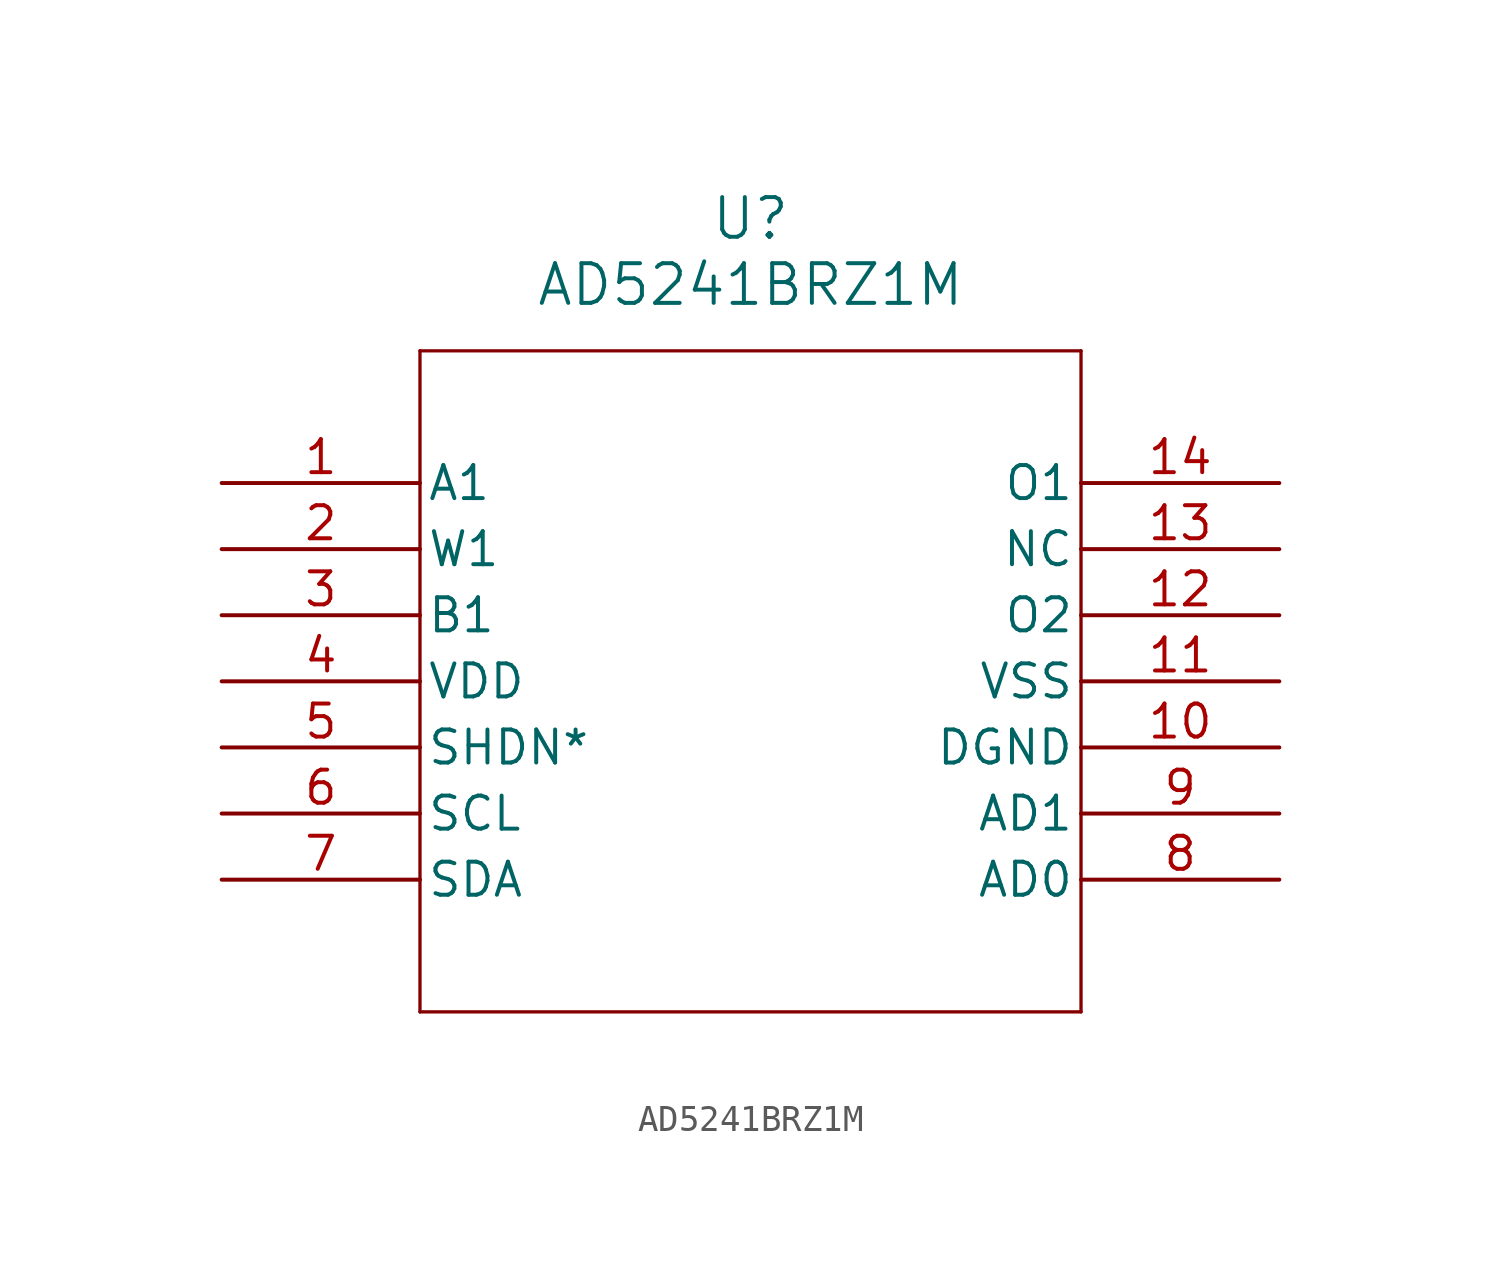
<source format=kicad_sym>
(kicad_symbol_lib
  (version 20211014)
  (generator kicad_symbol_editor)
  (symbol "AD5241BRZ1M"
    (pin_names
      (offset 0.254))
    (property "Reference" "U"
      (at 20.32 10.16 0)
      (effects (font (size 1.524 1.524))))
    (property "Value" "AD5241BRZ1M"
      (at 20.32 7.62 0)
      (effects (font (size 1.524 1.524))))
    (symbol "AD5241BRZ1M_0_1"
      (polyline (pts (xy 7.62 5.08) (xy 7.62 -20.32)) (stroke (width 0.127) (type default) (color 0 0 0 0)) (fill (type none)))
      (polyline (pts (xy 7.62 -20.32) (xy 33.02 -20.32)) (stroke (width 0.127) (type default) (color 0 0 0 0)) (fill (type none)))
      (polyline (pts (xy 33.02 -20.32) (xy 33.02 5.08)) (stroke (width 0.127) (type default) (color 0 0 0 0)) (fill (type none)))
      (polyline (pts (xy 33.02 5.08) (xy 7.62 5.08)) (stroke (width 0.127) (type default) (color 0 0 0 0)) (fill (type none)))
      (pin unspecified line (at 0 0 0) (length 7.62) (name "A1" (effects (font (size 1.27 1.27)))) (number "1" (effects (font (size 1.27 1.27)))))
      (pin unspecified line (at 0 -2.54 0) (length 7.62) (name "W1" (effects (font (size 1.27 1.27)))) (number "2" (effects (font (size 1.27 1.27)))))
      (pin unspecified line (at 0 -5.08 0) (length 7.62) (name "B1" (effects (font (size 1.27 1.27)))) (number "3" (effects (font (size 1.27 1.27)))))
      (pin power_in line (at 0 -7.62 0) (length 7.62) (name "VDD" (effects (font (size 1.27 1.27)))) (number "4" (effects (font (size 1.27 1.27)))))
      (pin unspecified line (at 0 -10.16 0) (length 7.62) (name "SHDN*" (effects (font (size 1.27 1.27)))) (number "5" (effects (font (size 1.27 1.27)))))
      (pin unspecified line (at 0 -12.7 0) (length 7.62) (name "SCL" (effects (font (size 1.27 1.27)))) (number "6" (effects (font (size 1.27 1.27)))))
      (pin unspecified line (at 0 -15.24 0) (length 7.62) (name "SDA" (effects (font (size 1.27 1.27)))) (number "7" (effects (font (size 1.27 1.27)))))
      (pin unspecified line (at 40.64 -15.24 180) (length 7.62) (name "AD0" (effects (font (size 1.27 1.27)))) (number "8" (effects (font (size 1.27 1.27)))))
      (pin unspecified line (at 40.64 -12.7 180) (length 7.62) (name "AD1" (effects (font (size 1.27 1.27)))) (number "9" (effects (font (size 1.27 1.27)))))
      (pin unspecified line (at 40.64 -10.16 180) (length 7.62) (name "DGND" (effects (font (size 1.27 1.27)))) (number "10" (effects (font (size 1.27 1.27)))))
      (pin power_in line (at 40.64 -7.62 180) (length 7.62) (name "VSS" (effects (font (size 1.27 1.27)))) (number "11" (effects (font (size 1.27 1.27)))))
      (pin unspecified line (at 40.64 -5.08 180) (length 7.62) (name "O2" (effects (font (size 1.27 1.27)))) (number "12" (effects (font (size 1.27 1.27)))))
      (pin unspecified line (at 40.64 -2.54 180) (length 7.62) (name "NC" (effects (font (size 1.27 1.27)))) (number "13" (effects (font (size 1.27 1.27)))))
      (pin unspecified line (at 40.64 0 180) (length 7.62) (name "O1" (effects (font (size 1.27 1.27)))) (number "14" (effects (font (size 1.27 1.27))))))))
</source>
